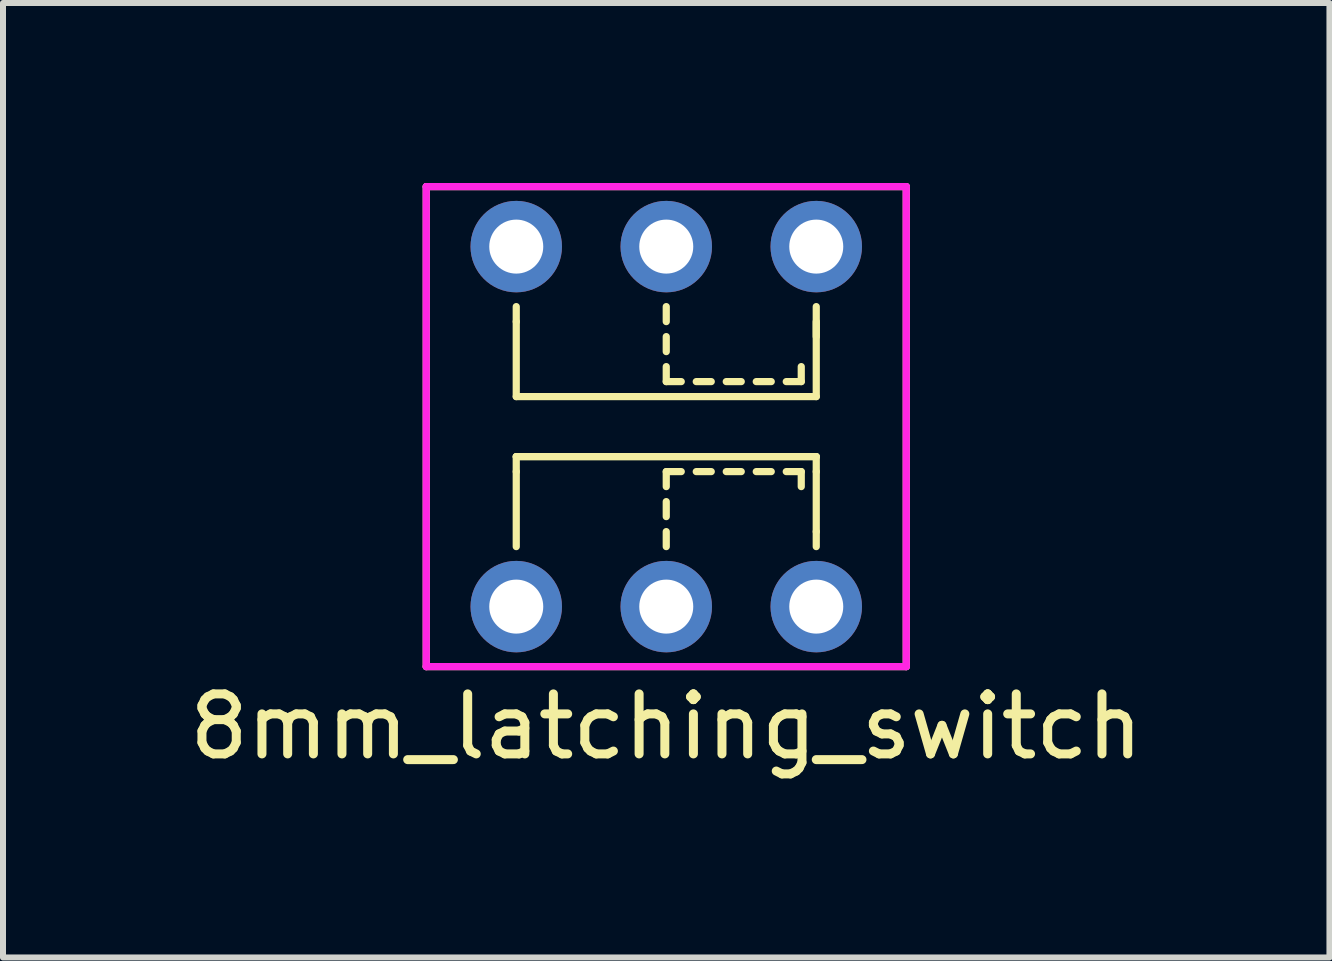
<source format=kicad_pcb>
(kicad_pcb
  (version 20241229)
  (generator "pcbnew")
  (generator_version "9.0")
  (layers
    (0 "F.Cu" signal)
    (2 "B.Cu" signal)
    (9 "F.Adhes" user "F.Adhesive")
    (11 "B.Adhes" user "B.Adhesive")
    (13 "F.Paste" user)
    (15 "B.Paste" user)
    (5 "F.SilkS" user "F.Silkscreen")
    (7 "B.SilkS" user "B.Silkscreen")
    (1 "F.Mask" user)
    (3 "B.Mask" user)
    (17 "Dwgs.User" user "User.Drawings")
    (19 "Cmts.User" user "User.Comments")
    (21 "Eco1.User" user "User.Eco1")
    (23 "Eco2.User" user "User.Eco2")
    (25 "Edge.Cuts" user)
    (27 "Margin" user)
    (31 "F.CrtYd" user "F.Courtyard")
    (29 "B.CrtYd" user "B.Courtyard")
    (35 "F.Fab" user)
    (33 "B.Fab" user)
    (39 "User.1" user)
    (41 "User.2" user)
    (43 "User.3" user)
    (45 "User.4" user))
  (footprint "8mm_latching_switch"
    (layer "F.Cu")
    (at 5.554 7.06)
    (property "Reference" "8mm_latching_switch" (at 2.5 2 0) (layer "F.SilkS") (effects (font (size 1 1) (thickness 0.15))))
    (attr through_hole)
    (fp_line (start -1.5 -7) (end -1.5 1) (stroke (width 0.12) (type solid)) (layer "F.SilkS"))
    (fp_line (start -1.5 1) (end 6.5 1) (stroke (width 0.12) (type solid)) (layer "F.SilkS"))
    (fp_line (start 0 -5) (end 0 -4.75) (stroke (width 0.12) (type solid)) (layer "F.SilkS"))
    (fp_line (start 0 -4.75) (end 0 -3.5) (stroke (width 0.12) (type solid)) (layer "F.SilkS"))
    (fp_line (start 0 -3.5) (end 5 -3.5) (stroke (width 0.12) (type solid)) (layer "F.SilkS"))
    (fp_line (start 0 -2.5) (end 5 -2.5) (stroke (width 0.12) (type solid)) (layer "F.SilkS"))
    (fp_line (start 0 -2.5) (end 5 -2.5) (stroke (width 0.12) (type solid)) (layer "F.SilkS"))
    (fp_line (start 0 -2.25) (end 0 -2.5) (stroke (width 0.12) (type solid)) (layer "F.SilkS"))
    (fp_line (start 0 -1) (end 0 -2.25) (stroke (width 0.12) (type solid)) (layer "F.SilkS"))
    (fp_line (start 2.5 -5) (end 2.5 -4.75) (stroke (width 0.12) (type solid)) (layer "F.SilkS"))
    (fp_line (start 2.5 -4.5) (end 2.5 -4.25) (stroke (width 0.12) (type solid)) (layer "F.SilkS"))
    (fp_line (start 2.5 -4) (end 2.5 -3.75) (stroke (width 0.12) (type solid)) (layer "F.SilkS"))
    (fp_line (start 2.5 -3.75) (end 2.75 -3.75) (stroke (width 0.12) (type solid)) (layer "F.SilkS"))
    (fp_line (start 2.5 -2.25) (end 2.75 -2.25) (stroke (width 0.12) (type solid)) (layer "F.SilkS"))
    (fp_line (start 2.5 -2) (end 2.5 -2.25) (stroke (width 0.12) (type solid)) (layer "F.SilkS"))
    (fp_line (start 2.5 -1.5) (end 2.5 -1.75) (stroke (width 0.12) (type solid)) (layer "F.SilkS"))
    (fp_line (start 2.5 -1) (end 2.5 -1.25) (stroke (width 0.12) (type solid)) (layer "F.SilkS"))
    (fp_line (start 3 -3.75) (end 3.25 -3.75) (stroke (width 0.12) (type solid)) (layer "F.SilkS"))
    (fp_line (start 3 -2.25) (end 3.25 -2.25) (stroke (width 0.12) (type solid)) (layer "F.SilkS"))
    (fp_line (start 3.5 -3.75) (end 3.75 -3.75) (stroke (width 0.12) (type solid)) (layer "F.SilkS"))
    (fp_line (start 3.5 -2.25) (end 3.75 -2.25) (stroke (width 0.12) (type solid)) (layer "F.SilkS"))
    (fp_line (start 4 -3.75) (end 4.25 -3.75) (stroke (width 0.12) (type solid)) (layer "F.SilkS"))
    (fp_line (start 4 -2.25) (end 4.25 -2.25) (stroke (width 0.12) (type solid)) (layer "F.SilkS"))
    (fp_line (start 4.5 -3.75) (end 4.75 -3.75) (stroke (width 0.12) (type solid)) (layer "F.SilkS"))
    (fp_line (start 4.5 -2.25) (end 4.75 -2.25) (stroke (width 0.12) (type solid)) (layer "F.SilkS"))
    (fp_line (start 4.75 -3.75) (end 4.75 -4) (stroke (width 0.12) (type solid)) (layer "F.SilkS"))
    (fp_line (start 4.75 -2.25) (end 4.75 -2) (stroke (width 0.12) (type solid)) (layer "F.SilkS"))
    (fp_line (start 5 -4.5) (end 5 -5) (stroke (width 0.12) (type solid)) (layer "F.SilkS"))
    (fp_line (start 5 -3.5) (end 5 -4.75) (stroke (width 0.12) (type solid)) (layer "F.SilkS"))
    (fp_line (start 5 -2.5) (end 5 -2.25) (stroke (width 0.12) (type solid)) (layer "F.SilkS"))
    (fp_line (start 5 -2.25) (end 5 -1.25) (stroke (width 0.12) (type solid)) (layer "F.SilkS"))
    (fp_line (start 5 -1) (end 5 -1.25) (stroke (width 0.12) (type solid)) (layer "F.SilkS"))
    (fp_line (start 6.5 -7) (end -1.5 -7) (stroke (width 0.12) (type solid)) (layer "F.SilkS"))
    (fp_line (start 6.5 1) (end 6.5 -7) (stroke (width 0.12) (type solid)) (layer "F.SilkS"))
    (fp_line (start -1.5 -7) (end -1.5 1) (stroke (width 0.12) (type solid)) (layer "F.CrtYd"))
    (fp_line (start -1.5 1) (end 6.5 1) (stroke (width 0.12) (type solid)) (layer "F.CrtYd"))
    (fp_line (start 6.5 -7) (end -1.5 -7) (stroke (width 0.12) (type solid)) (layer "F.CrtYd"))
    (fp_line (start 6.5 1) (end 6.5 -7) (stroke (width 0.12) (type solid)) (layer "F.CrtYd"))
    (pad "1" thru_hole circle (at 0 0) (size 1.524 1.524) (drill 0.9) (layers "*.Cu" "*.Mask"))
    (pad "2" thru_hole circle (at 2.5 0) (size 1.524 1.524) (drill 0.9) (layers "*.Cu" "*.Mask"))
    (pad "3" thru_hole circle (at 5 0) (size 1.524 1.524) (drill 0.9) (layers "*.Cu" "*.Mask"))
    (pad "4" thru_hole circle (at 5 -6) (size 1.524 1.524) (drill 0.9) (layers "*.Cu" "*.Mask"))
    (pad "5" thru_hole circle (at 2.5 -6) (size 1.524 1.524) (drill 0.9) (layers "*.Cu" "*.Mask"))
    (pad "6" thru_hole circle (at 0 -6) (size 1.524 1.524) (drill 0.9) (layers "*.Cu" "*.Mask")))
  (gr_rect
    (start -3 -3)
    (end 19.107 12.908)
    (stroke (width 0.1) (type default))
    (fill no)
    (layer "Edge.Cuts")))
</source>
